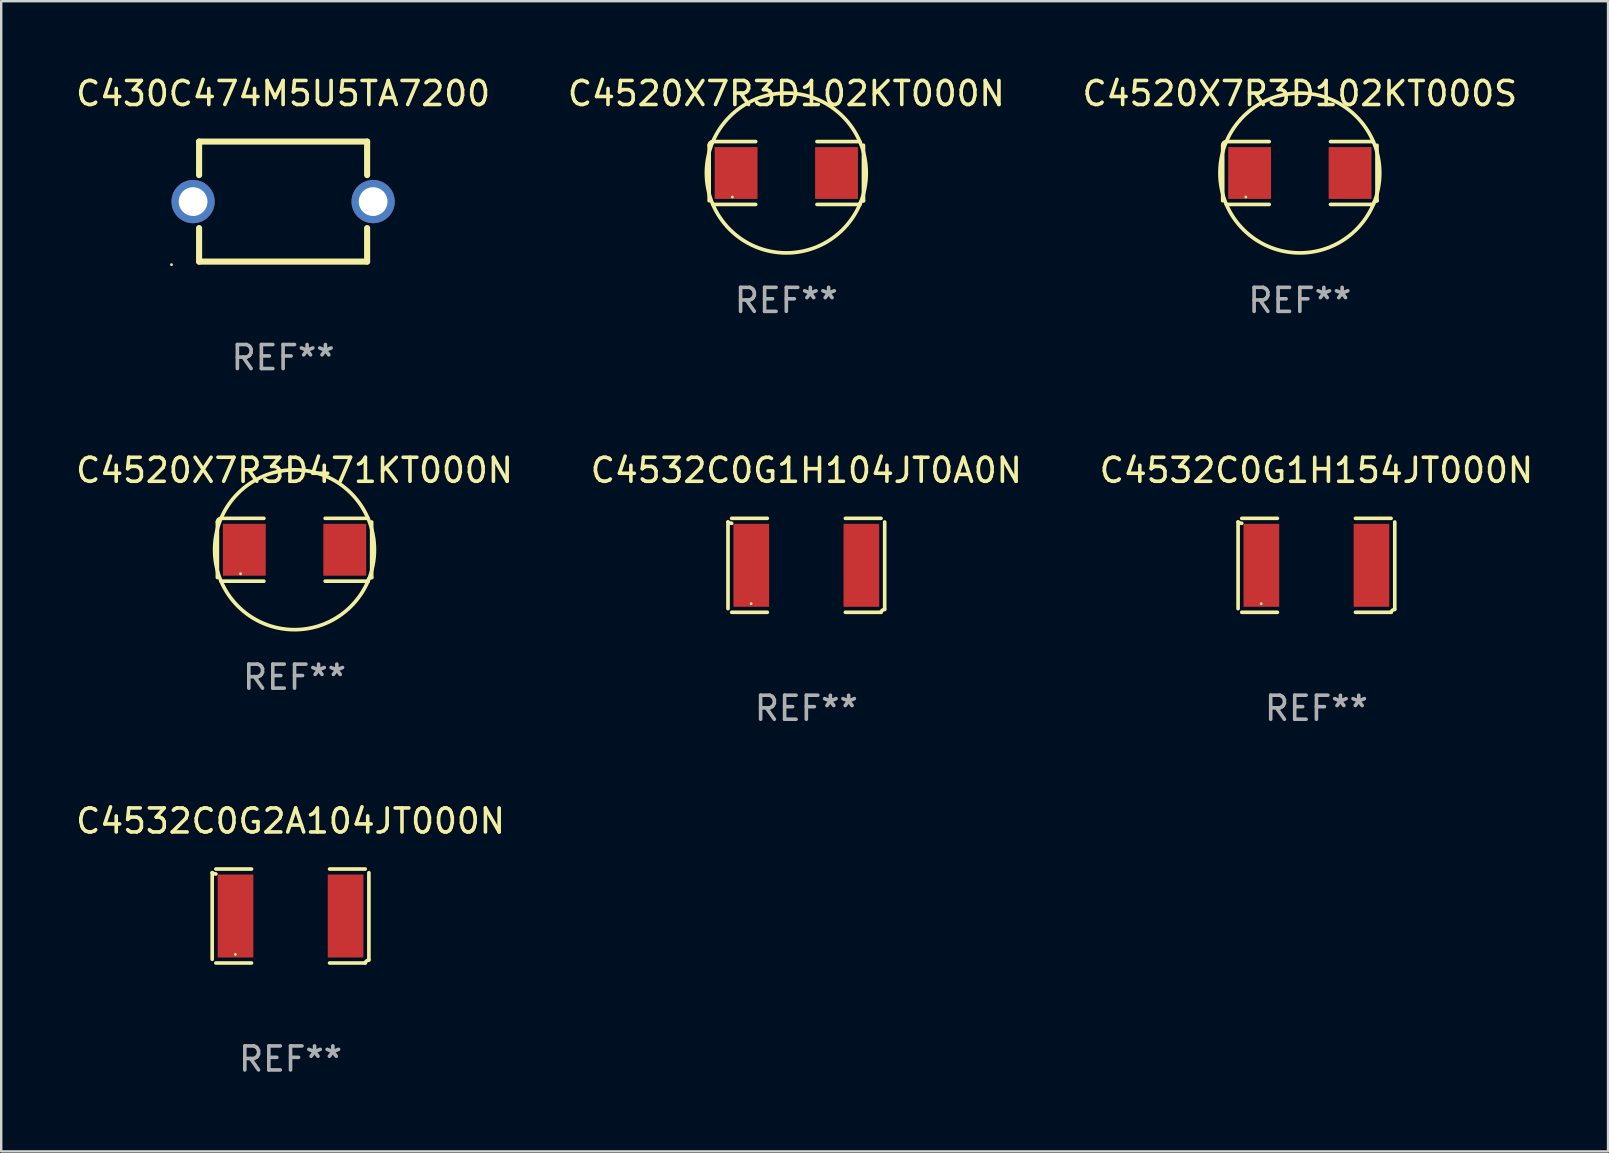
<source format=kicad_pcb>
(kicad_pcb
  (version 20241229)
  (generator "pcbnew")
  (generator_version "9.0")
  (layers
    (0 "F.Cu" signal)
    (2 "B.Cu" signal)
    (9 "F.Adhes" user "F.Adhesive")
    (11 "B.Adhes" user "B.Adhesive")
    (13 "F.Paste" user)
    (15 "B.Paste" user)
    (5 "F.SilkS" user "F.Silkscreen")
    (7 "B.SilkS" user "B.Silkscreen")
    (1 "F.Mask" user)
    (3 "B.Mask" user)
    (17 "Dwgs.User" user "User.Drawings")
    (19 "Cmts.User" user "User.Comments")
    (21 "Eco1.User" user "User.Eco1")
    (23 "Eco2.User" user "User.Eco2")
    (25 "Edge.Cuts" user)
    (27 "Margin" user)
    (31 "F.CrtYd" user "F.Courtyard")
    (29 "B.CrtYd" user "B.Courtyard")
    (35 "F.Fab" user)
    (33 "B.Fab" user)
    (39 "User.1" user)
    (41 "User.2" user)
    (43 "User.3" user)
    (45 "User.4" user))
  (footprint "C4532C0G1H104JT0A0N"
    (layer "F.Cu")
    (at 30.542 20.501)
    (property "Reference" "C4532C0G1H104JT0A0N" (at 0 -3.957 0) (layer "F.SilkS") (effects (font (size 1 1) (thickness 0.15))))
    (attr through_hole)
    (fp_line (start -3.264 1.804) (end -3.264 -1.804) (stroke (width 0.152) (type solid)) (layer "F.SilkS"))
    (fp_line (start -3.111 -1.957) (end -1.626 -1.957) (stroke (width 0.152) (type solid)) (layer "F.SilkS"))
    (fp_line (start -1.626 1.957) (end -3.111 1.957) (stroke (width 0.152) (type solid)) (layer "F.SilkS"))
    (fp_line (start 1.626 1.957) (end 3.111 1.957) (stroke (width 0.152) (type solid)) (layer "F.SilkS"))
    (fp_line (start 3.111 -1.957) (end 1.626 -1.957) (stroke (width 0.152) (type solid)) (layer "F.SilkS"))
    (fp_line (start 3.264 1.804) (end 3.264 -1.804) (stroke (width 0.152) (type solid)) (layer "F.SilkS"))
    (fp_arc (start -3.111202 -1.752192) (mid -3.191715 -1.76555) (end -3.263602 -1.804191) (stroke (width 0.1524) (type solid)) (layer "F.SilkS"))
    (fp_arc (start 3.111201 1.956591) (mid 3.167789 1.872777) (end 3.263602 1.840424) (stroke (width 0.1524) (type solid)) (layer "F.SilkS"))
    (fp_circle (center -2.3 1.6) (end -2.27 1.6) (stroke (width 0.06) (type solid)) (fill no) (layer "F.SilkS"))
    (fp_text user "REF**" (at 0 5.957 0) (layer "F.Fab") (effects (font (size 1 1) (thickness 0.15))))
    (pad "1" smd rect (at -2.293 0) (size 1.485 3.456) (layers "F.Cu" "F.Mask" "F.Paste"))
    (pad "2" smd rect (at 2.293 0) (size 1.485 3.456) (layers "F.Cu" "F.Mask" "F.Paste")))
  (footprint "C4520X7R3D102KT000S"
    (layer "F.Cu")
    (at 51.101 4.157)
    (property "Reference" "C4520X7R3D102KT000S" (at 0 -3.309 0) (layer "F.SilkS") (effects (font (size 1 1) (thickness 0.15))))
    (attr through_hole)
    (fp_line (start -3.214 -1.156) (end -3.214 1.156) (stroke (width 0.152) (type solid)) (layer "F.SilkS"))
    (fp_line (start -3.061 1.309) (end -1.276 1.309) (stroke (width 0.152) (type solid)) (layer "F.SilkS"))
    (fp_line (start -1.276 -1.309) (end -3.061 -1.309) (stroke (width 0.152) (type solid)) (layer "F.SilkS"))
    (fp_line (start 1.276 -1.309) (end 3.061 -1.309) (stroke (width 0.152) (type solid)) (layer "F.SilkS"))
    (fp_line (start 3.061 1.309) (end 1.276 1.309) (stroke (width 0.152) (type solid)) (layer "F.SilkS"))
    (fp_line (start 3.214 -1.156) (end 3.214 1.156) (stroke (width 0.152) (type solid)) (layer "F.SilkS"))
    (fp_arc (start -3.21359 -1.15621) (mid -3.168953 -1.263974) (end -3.061189 -1.308611) (stroke (width 0.1524) (type solid)) (layer "F.SilkS"))
    (fp_arc (start 3.061188 1.308611) (mid 3.105825 1.200847) (end 3.213589 1.15621) (stroke (width 0.1524) (type solid)) (layer "F.SilkS"))
    (fp_arc (start 3.061189 -1.308611) (mid -3.061167 1.308589) (end 3.061189 -1.308611) (stroke (width 0.1524) (type solid)) (layer "F.SilkS"))
    (fp_circle (center -2.25 1) (end -2.22 1) (stroke (width 0.06) (type solid)) (fill no) (layer "F.SilkS"))
    (fp_text user "REF**" (at 0 5.309 0) (layer "F.Fab") (effects (font (size 1 1) (thickness 0.15))))
    (pad "1" smd rect (at -2.092 0) (size 1.785 2.16) (layers "F.Cu" "F.Mask" "F.Paste"))
    (pad "2" smd rect (at 2.092 0) (size 1.785 2.16) (layers "F.Cu" "F.Mask" "F.Paste")))
  (footprint "C4532C0G2A104JT000N"
    (layer "F.Cu")
    (at 9.054 35.111)
    (property "Reference" "C4532C0G2A104JT000N" (at 0 -3.957 0) (layer "F.SilkS") (effects (font (size 1 1) (thickness 0.15))))
    (attr through_hole)
    (fp_line (start -3.264 1.804) (end -3.264 -1.804) (stroke (width 0.152) (type solid)) (layer "F.SilkS"))
    (fp_line (start -3.111 -1.957) (end -1.626 -1.957) (stroke (width 0.152) (type solid)) (layer "F.SilkS"))
    (fp_line (start -1.626 1.957) (end -3.111 1.957) (stroke (width 0.152) (type solid)) (layer "F.SilkS"))
    (fp_line (start 1.626 1.957) (end 3.111 1.957) (stroke (width 0.152) (type solid)) (layer "F.SilkS"))
    (fp_line (start 3.111 -1.957) (end 1.626 -1.957) (stroke (width 0.152) (type solid)) (layer "F.SilkS"))
    (fp_line (start 3.264 1.804) (end 3.264 -1.804) (stroke (width 0.152) (type solid)) (layer "F.SilkS"))
    (fp_arc (start -3.111202 -1.752192) (mid -3.191715 -1.76555) (end -3.263602 -1.804191) (stroke (width 0.1524) (type solid)) (layer "F.SilkS"))
    (fp_arc (start 3.111201 1.956591) (mid 3.167789 1.872777) (end 3.263602 1.840424) (stroke (width 0.1524) (type solid)) (layer "F.SilkS"))
    (fp_circle (center -2.3 1.6) (end -2.27 1.6) (stroke (width 0.06) (type solid)) (fill no) (layer "F.SilkS"))
    (fp_text user "REF**" (at 0 5.957 0) (layer "F.Fab") (effects (font (size 1 1) (thickness 0.15))))
    (pad "1" smd rect (at -2.293 0) (size 1.485 3.456) (layers "F.Cu" "F.Mask" "F.Paste"))
    (pad "2" smd rect (at 2.293 0) (size 1.485 3.456) (layers "F.Cu" "F.Mask" "F.Paste")))
  (footprint "C430C474M5U5TA7200"
    (layer "F.Cu")
    (at 8.744 5.348)
    (property "Reference" "C430C474M5U5TA7200" (at 0 -4.5 0) (layer "F.SilkS") (effects (font (size 1 1) (thickness 0.15))))
    (attr through_hole)
    (fp_line (start -3.5 -2.5) (end -3.5 -1.103) (stroke (width 0.254) (type solid)) (layer "F.SilkS"))
    (fp_line (start -3.5 -2.5) (end 3.5 -2.5) (stroke (width 0.254) (type solid)) (layer "F.SilkS"))
    (fp_line (start -3.5 1.103) (end -3.5 2.5) (stroke (width 0.254) (type solid)) (layer "F.SilkS"))
    (fp_line (start 3.5 -2.5) (end 3.5 -1.103) (stroke (width 0.254) (type solid)) (layer "F.SilkS"))
    (fp_line (start 3.5 1.103) (end 3.5 2.5) (stroke (width 0.254) (type solid)) (layer "F.SilkS"))
    (fp_line (start 3.5 2.5) (end -3.5 2.5) (stroke (width 0.254) (type solid)) (layer "F.SilkS"))
    (fp_circle (center -4.65 2.627) (end -4.62 2.627) (stroke (width 0.06) (type solid)) (fill no) (layer "F.SilkS"))
    (fp_text user "REF**" (at 0 6.5 0) (layer "F.Fab") (effects (font (size 1 1) (thickness 0.15))))
    (pad "1" thru_hole circle (at -3.75 0) (size 1.8 1.8) (drill 1.2) (layers "*.Cu" "*.Mask"))
    (pad "2" thru_hole circle (at 3.75 0) (size 1.8 1.8) (drill 1.2) (layers "*.Cu" "*.Mask")))
  (footprint "C4520X7R3D102KT000N"
    (layer "F.Cu")
    (at 29.708 4.157)
    (property "Reference" "C4520X7R3D102KT000N" (at 0 -3.309 0) (layer "F.SilkS") (effects (font (size 1 1) (thickness 0.15))))
    (attr through_hole)
    (fp_line (start -3.214 -1.156) (end -3.214 1.156) (stroke (width 0.152) (type solid)) (layer "F.SilkS"))
    (fp_line (start -3.061 1.309) (end -1.276 1.309) (stroke (width 0.152) (type solid)) (layer "F.SilkS"))
    (fp_line (start -1.276 -1.309) (end -3.061 -1.309) (stroke (width 0.152) (type solid)) (layer "F.SilkS"))
    (fp_line (start 1.276 -1.309) (end 3.061 -1.309) (stroke (width 0.152) (type solid)) (layer "F.SilkS"))
    (fp_line (start 3.061 1.309) (end 1.276 1.309) (stroke (width 0.152) (type solid)) (layer "F.SilkS"))
    (fp_line (start 3.214 -1.156) (end 3.214 1.156) (stroke (width 0.152) (type solid)) (layer "F.SilkS"))
    (fp_arc (start -3.21359 -1.15621) (mid -3.168953 -1.263974) (end -3.061189 -1.308611) (stroke (width 0.1524) (type solid)) (layer "F.SilkS"))
    (fp_arc (start 3.061188 1.308611) (mid 3.105825 1.200847) (end 3.213589 1.15621) (stroke (width 0.1524) (type solid)) (layer "F.SilkS"))
    (fp_arc (start 3.061189 -1.308611) (mid -3.061167 1.308589) (end 3.061189 -1.308611) (stroke (width 0.1524) (type solid)) (layer "F.SilkS"))
    (fp_circle (center -2.25 1) (end -2.22 1) (stroke (width 0.06) (type solid)) (fill no) (layer "F.SilkS"))
    (fp_text user "REF**" (at 0 5.309 0) (layer "F.Fab") (effects (font (size 1 1) (thickness 0.15))))
    (pad "1" smd rect (at -2.092 0) (size 1.785 2.16) (layers "F.Cu" "F.Mask" "F.Paste"))
    (pad "2" smd rect (at 2.092 0) (size 1.785 2.16) (layers "F.Cu" "F.Mask" "F.Paste")))
  (footprint "C4532C0G1H154JT000N"
    (layer "F.Cu")
    (at 51.792 20.501)
    (property "Reference" "C4532C0G1H154JT000N" (at 0 -3.957 0) (layer "F.SilkS") (effects (font (size 1 1) (thickness 0.15))))
    (attr through_hole)
    (fp_line (start -3.264 1.804) (end -3.264 -1.804) (stroke (width 0.152) (type solid)) (layer "F.SilkS"))
    (fp_line (start -3.111 -1.957) (end -1.626 -1.957) (stroke (width 0.152) (type solid)) (layer "F.SilkS"))
    (fp_line (start -1.626 1.957) (end -3.111 1.957) (stroke (width 0.152) (type solid)) (layer "F.SilkS"))
    (fp_line (start 1.626 1.957) (end 3.111 1.957) (stroke (width 0.152) (type solid)) (layer "F.SilkS"))
    (fp_line (start 3.111 -1.957) (end 1.626 -1.957) (stroke (width 0.152) (type solid)) (layer "F.SilkS"))
    (fp_line (start 3.264 1.804) (end 3.264 -1.804) (stroke (width 0.152) (type solid)) (layer "F.SilkS"))
    (fp_arc (start -3.111202 -1.752192) (mid -3.191715 -1.76555) (end -3.263602 -1.804191) (stroke (width 0.1524) (type solid)) (layer "F.SilkS"))
    (fp_arc (start 3.111201 1.956591) (mid 3.167789 1.872777) (end 3.263602 1.840424) (stroke (width 0.1524) (type solid)) (layer "F.SilkS"))
    (fp_circle (center -2.3 1.6) (end -2.27 1.6) (stroke (width 0.06) (type solid)) (fill no) (layer "F.SilkS"))
    (fp_text user "REF**" (at 0 5.957 0) (layer "F.Fab") (effects (font (size 1 1) (thickness 0.15))))
    (pad "1" smd rect (at -2.293 0) (size 1.485 3.456) (layers "F.Cu" "F.Mask" "F.Paste"))
    (pad "2" smd rect (at 2.293 0) (size 1.485 3.456) (layers "F.Cu" "F.Mask" "F.Paste")))
  (footprint "C4520X7R3D471KT000N"
    (layer "F.Cu")
    (at 9.22 19.853)
    (property "Reference" "C4520X7R3D471KT000N" (at 0 -3.309 0) (layer "F.SilkS") (effects (font (size 1 1) (thickness 0.15))))
    (attr through_hole)
    (fp_line (start -3.214 -1.156) (end -3.214 1.156) (stroke (width 0.152) (type solid)) (layer "F.SilkS"))
    (fp_line (start -3.061 1.309) (end -1.276 1.309) (stroke (width 0.152) (type solid)) (layer "F.SilkS"))
    (fp_line (start -1.276 -1.309) (end -3.061 -1.309) (stroke (width 0.152) (type solid)) (layer "F.SilkS"))
    (fp_line (start 1.276 -1.309) (end 3.061 -1.309) (stroke (width 0.152) (type solid)) (layer "F.SilkS"))
    (fp_line (start 3.061 1.309) (end 1.276 1.309) (stroke (width 0.152) (type solid)) (layer "F.SilkS"))
    (fp_line (start 3.214 -1.156) (end 3.214 1.156) (stroke (width 0.152) (type solid)) (layer "F.SilkS"))
    (fp_arc (start -3.21359 -1.15621) (mid -3.168953 -1.263974) (end -3.061189 -1.308611) (stroke (width 0.1524) (type solid)) (layer "F.SilkS"))
    (fp_arc (start 3.061188 1.308611) (mid 3.105825 1.200847) (end 3.213589 1.15621) (stroke (width 0.1524) (type solid)) (layer "F.SilkS"))
    (fp_arc (start 3.061189 -1.308611) (mid -3.061167 1.308589) (end 3.061189 -1.308611) (stroke (width 0.1524) (type solid)) (layer "F.SilkS"))
    (fp_circle (center -2.25 1) (end -2.22 1) (stroke (width 0.06) (type solid)) (fill no) (layer "F.SilkS"))
    (fp_text user "REF**" (at 0 5.309 0) (layer "F.Fab") (effects (font (size 1 1) (thickness 0.15))))
    (pad "1" smd rect (at -2.092 0) (size 1.785 2.16) (layers "F.Cu" "F.Mask" "F.Paste"))
    (pad "2" smd rect (at 2.092 0) (size 1.785 2.16) (layers "F.Cu" "F.Mask" "F.Paste")))
  (gr_rect
    (start -3 -3)
    (end 63.94 44.916)
    (stroke (width 0.1) (type default))
    (fill no)
    (layer "Edge.Cuts")))
</source>
